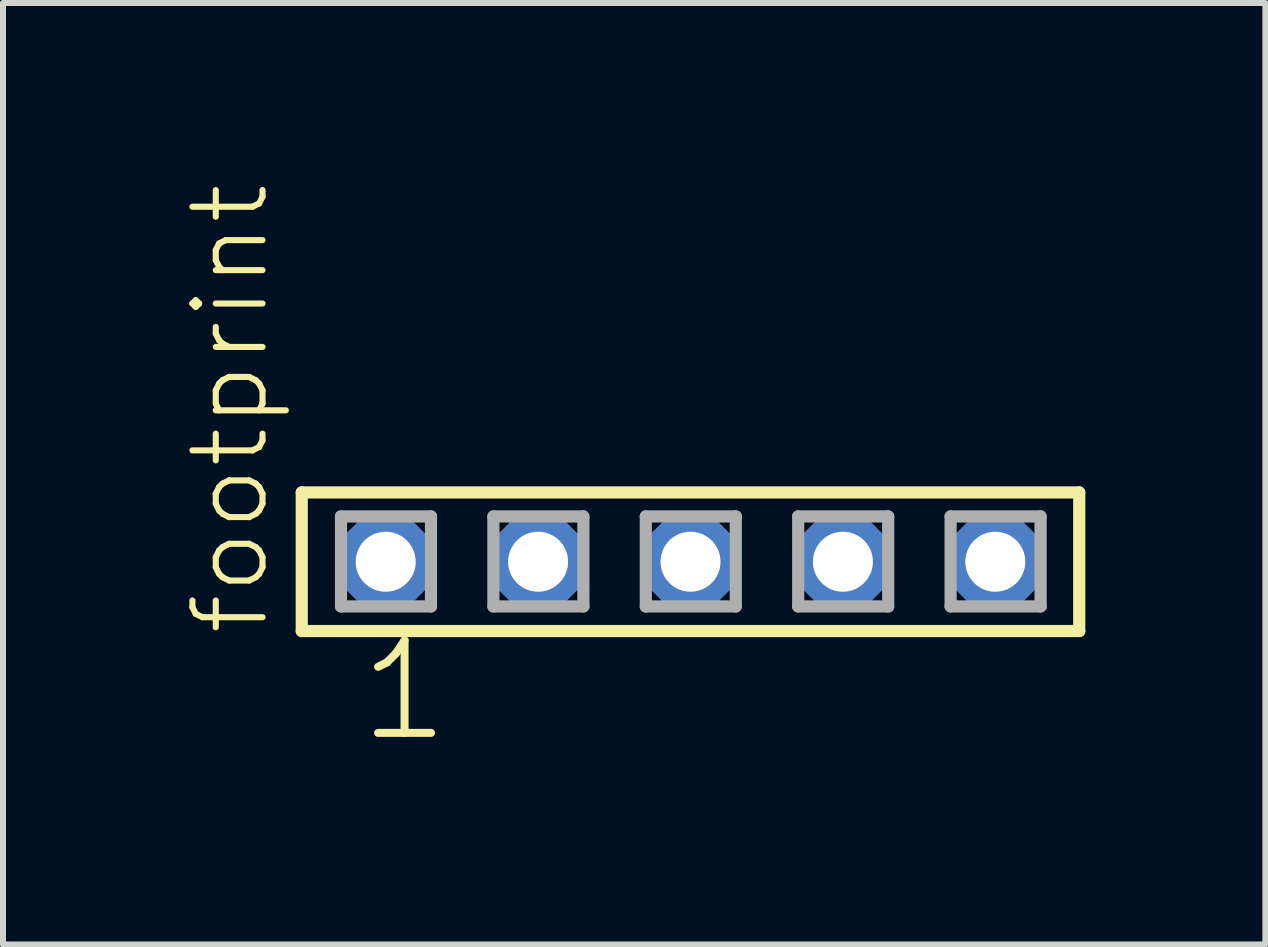
<source format=kicad_pcb>
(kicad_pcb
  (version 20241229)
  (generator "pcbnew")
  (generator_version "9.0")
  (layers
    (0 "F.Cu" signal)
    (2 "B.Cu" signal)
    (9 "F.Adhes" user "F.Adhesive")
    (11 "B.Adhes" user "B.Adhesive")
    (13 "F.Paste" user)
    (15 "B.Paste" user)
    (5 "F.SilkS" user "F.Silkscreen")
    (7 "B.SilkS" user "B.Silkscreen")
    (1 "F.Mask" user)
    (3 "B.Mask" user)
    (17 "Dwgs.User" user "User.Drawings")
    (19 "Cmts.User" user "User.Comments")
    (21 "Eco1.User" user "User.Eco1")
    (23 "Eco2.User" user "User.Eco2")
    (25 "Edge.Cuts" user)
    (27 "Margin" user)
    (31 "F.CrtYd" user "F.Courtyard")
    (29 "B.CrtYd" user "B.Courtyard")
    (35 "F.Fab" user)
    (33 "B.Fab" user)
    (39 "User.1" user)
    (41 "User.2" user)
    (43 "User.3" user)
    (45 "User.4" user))
  (footprint "footprint"
    (layer "F.Cu")
    (at 8.458 6.312)
    (property "Reference" "footprint" (at -6.985 1.27 90) (layer "F.SilkS") (effects (font (size 1.168 1.168) (thickness 0.102)) (justify left bottom)))
    (fp_line (start -6.479 -1.155) (end 6.479 -1.155) (stroke (width 0.203) (type solid)) (layer "F.SilkS"))
    (fp_line (start -6.479 1.155) (end -6.479 -1.155) (stroke (width 0.203) (type solid)) (layer "F.SilkS"))
    (fp_line (start 6.479 -1.155) (end 6.479 1.155) (stroke (width 0.203) (type solid)) (layer "F.SilkS"))
    (fp_line (start 6.479 1.155) (end -6.479 1.155) (stroke (width 0.203) (type solid)) (layer "F.SilkS"))
    (fp_line (start -5.825 -0.755) (end -4.325 -0.755) (stroke (width 0.203) (type solid)) (layer "F.Fab"))
    (fp_line (start -5.825 0.745) (end -5.825 -0.755) (stroke (width 0.203) (type solid)) (layer "F.Fab"))
    (fp_line (start -4.325 -0.755) (end -4.325 0.745) (stroke (width 0.203) (type solid)) (layer "F.Fab"))
    (fp_line (start -4.325 0.745) (end -5.825 0.745) (stroke (width 0.203) (type solid)) (layer "F.Fab"))
    (fp_line (start -3.285 -0.755) (end -1.785 -0.755) (stroke (width 0.203) (type solid)) (layer "F.Fab"))
    (fp_line (start -3.285 0.745) (end -3.285 -0.755) (stroke (width 0.203) (type solid)) (layer "F.Fab"))
    (fp_line (start -1.785 -0.755) (end -1.785 0.745) (stroke (width 0.203) (type solid)) (layer "F.Fab"))
    (fp_line (start -1.785 0.745) (end -3.285 0.745) (stroke (width 0.203) (type solid)) (layer "F.Fab"))
    (fp_line (start -0.745 -0.755) (end 0.755 -0.755) (stroke (width 0.203) (type solid)) (layer "F.Fab"))
    (fp_line (start -0.745 0.745) (end -0.745 -0.755) (stroke (width 0.203) (type solid)) (layer "F.Fab"))
    (fp_line (start 0.755 -0.755) (end 0.755 0.745) (stroke (width 0.203) (type solid)) (layer "F.Fab"))
    (fp_line (start 0.755 0.745) (end -0.745 0.745) (stroke (width 0.203) (type solid)) (layer "F.Fab"))
    (fp_line (start 1.795 -0.755) (end 3.295 -0.755) (stroke (width 0.203) (type solid)) (layer "F.Fab"))
    (fp_line (start 1.795 0.745) (end 1.795 -0.755) (stroke (width 0.203) (type solid)) (layer "F.Fab"))
    (fp_line (start 3.295 -0.755) (end 3.295 0.745) (stroke (width 0.203) (type solid)) (layer "F.Fab"))
    (fp_line (start 3.295 0.745) (end 1.795 0.745) (stroke (width 0.203) (type solid)) (layer "F.Fab"))
    (fp_line (start 4.335 -0.755) (end 5.835 -0.755) (stroke (width 0.203) (type solid)) (layer "F.Fab"))
    (fp_line (start 4.335 0.745) (end 4.335 -0.755) (stroke (width 0.203) (type solid)) (layer "F.Fab"))
    (fp_line (start 5.835 -0.755) (end 5.835 0.745) (stroke (width 0.203) (type solid)) (layer "F.Fab"))
    (fp_line (start 5.835 0.745) (end 4.335 0.745) (stroke (width 0.203) (type solid)) (layer "F.Fab"))
    (fp_text user "1" (at -5.588 3.048 0) (layer "F.SilkS") (effects (font (size 1.542 1.542) (thickness 0.134)) (justify left bottom)))
    (pad "1" thru_hole roundrect (at -5.08 0) (size 1.5 1.5) (drill 1) (layers "*.Cu" "*.Mask") (roundrect_rratio 0.25) (chamfer_ratio 0.25) (chamfer top_left top_right bottom_left bottom_right))
    (pad "2" thru_hole roundrect (at -2.54 0) (size 1.5 1.5) (drill 1) (layers "*.Cu" "*.Mask") (roundrect_rratio 0.25) (chamfer_ratio 0.25) (chamfer top_left top_right bottom_left bottom_right))
    (pad "3" thru_hole roundrect (at 0 0) (size 1.5 1.5) (drill 1) (layers "*.Cu" "*.Mask") (roundrect_rratio 0.25) (chamfer_ratio 0.25) (chamfer top_left top_right bottom_left bottom_right))
    (pad "4" thru_hole roundrect (at 2.54 0) (size 1.5 1.5) (drill 1) (layers "*.Cu" "*.Mask") (roundrect_rratio 0.25) (chamfer_ratio 0.25) (chamfer top_left top_right bottom_left bottom_right))
    (pad "5" thru_hole roundrect (at 5.08 0) (size 1.5 1.5) (drill 1) (layers "*.Cu" "*.Mask") (roundrect_rratio 0.25) (chamfer_ratio 0.25) (chamfer top_left top_right bottom_left bottom_right)))
  (gr_rect
    (start -3 -3)
    (end 18.039 12.691)
    (stroke (width 0.1) (type default))
    (fill no)
    (layer "Edge.Cuts")))
</source>
